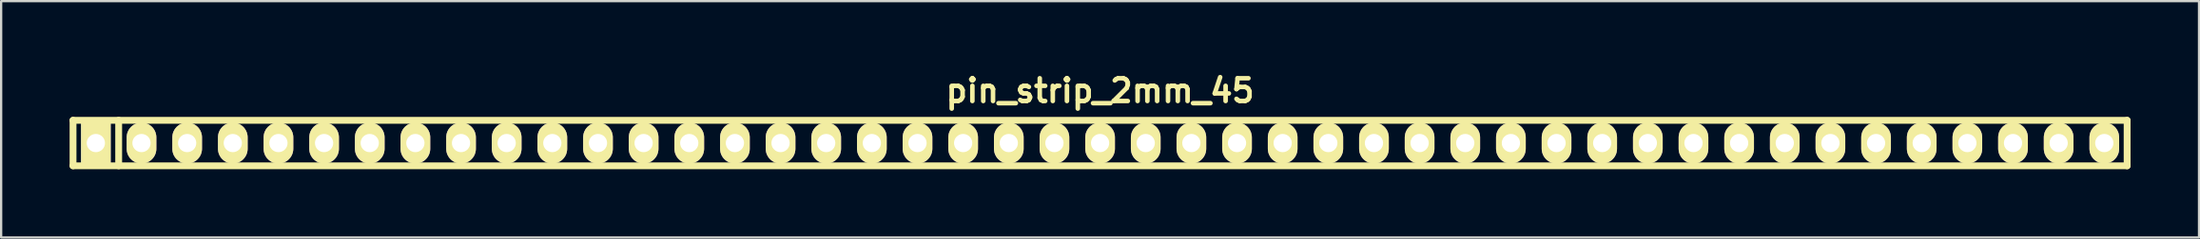
<source format=kicad_pcb>
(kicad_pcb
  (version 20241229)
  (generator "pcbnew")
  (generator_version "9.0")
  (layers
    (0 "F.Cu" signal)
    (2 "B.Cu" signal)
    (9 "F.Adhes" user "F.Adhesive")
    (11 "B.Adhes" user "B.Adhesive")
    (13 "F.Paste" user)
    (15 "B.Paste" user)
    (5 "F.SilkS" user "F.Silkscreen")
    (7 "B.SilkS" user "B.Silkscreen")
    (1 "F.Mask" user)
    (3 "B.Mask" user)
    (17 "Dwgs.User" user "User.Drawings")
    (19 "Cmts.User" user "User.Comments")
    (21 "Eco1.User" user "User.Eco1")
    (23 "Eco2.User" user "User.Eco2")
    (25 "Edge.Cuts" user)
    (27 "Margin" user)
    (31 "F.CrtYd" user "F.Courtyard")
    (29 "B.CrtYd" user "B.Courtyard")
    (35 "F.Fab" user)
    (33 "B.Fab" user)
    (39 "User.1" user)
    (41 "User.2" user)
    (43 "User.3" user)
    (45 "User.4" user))
  (footprint "pin_strip_2mm_45"
    (layer "F.Cu")
    (at 45.15 3.236)
    (property "Reference" "pin_strip_2mm_45" (at 0 -2.3 0) (layer "F.SilkS") (effects (font (size 1 1) (thickness 0.2))))
    (attr through_hole)
    (fp_line (start -45 -1) (end 45 -1) (stroke (width 0.3) (type solid)) (layer "F.SilkS"))
    (fp_line (start -45 1) (end -45 -1) (stroke (width 0.3) (type solid)) (layer "F.SilkS"))
    (fp_line (start -43 -1) (end -43 1) (stroke (width 0.3) (type solid)) (layer "F.SilkS"))
    (fp_line (start 45 -1) (end 45 1) (stroke (width 0.3) (type solid)) (layer "F.SilkS"))
    (fp_line (start 45 1) (end -45 1) (stroke (width 0.3) (type solid)) (layer "F.SilkS"))
    (pad "1" thru_hole rect (at -44 0) (size 1.3 1.8) (drill 0.8) (layers "*.Cu" "*.Mask" "F.SilkS"))
    (pad "2" thru_hole oval (at -42 0) (size 1.3 1.8) (drill 0.8) (layers "*.Cu" "*.Mask" "F.SilkS"))
    (pad "3" thru_hole oval (at -40 0) (size 1.3 1.8) (drill 0.8) (layers "*.Cu" "*.Mask" "F.SilkS"))
    (pad "4" thru_hole oval (at -38 0) (size 1.3 1.8) (drill 0.8) (layers "*.Cu" "*.Mask" "F.SilkS"))
    (pad "5" thru_hole oval (at -36 0) (size 1.3 1.8) (drill 0.8) (layers "*.Cu" "*.Mask" "F.SilkS"))
    (pad "6" thru_hole oval (at -34 0) (size 1.3 1.8) (drill 0.8) (layers "*.Cu" "*.Mask" "F.SilkS"))
    (pad "7" thru_hole oval (at -32 0) (size 1.3 1.8) (drill 0.8) (layers "*.Cu" "*.Mask" "F.SilkS"))
    (pad "8" thru_hole oval (at -30 0) (size 1.3 1.8) (drill 0.8) (layers "*.Cu" "*.Mask" "F.SilkS"))
    (pad "9" thru_hole oval (at -28 0) (size 1.3 1.8) (drill 0.8) (layers "*.Cu" "*.Mask" "F.SilkS"))
    (pad "10" thru_hole oval (at -26 0) (size 1.3 1.8) (drill 0.8) (layers "*.Cu" "*.Mask" "F.SilkS"))
    (pad "11" thru_hole oval (at -24 0) (size 1.3 1.8) (drill 0.8) (layers "*.Cu" "*.Mask" "F.SilkS"))
    (pad "12" thru_hole oval (at -22 0) (size 1.3 1.8) (drill 0.8) (layers "*.Cu" "*.Mask" "F.SilkS"))
    (pad "13" thru_hole oval (at -20 0) (size 1.3 1.8) (drill 0.8) (layers "*.Cu" "*.Mask" "F.SilkS"))
    (pad "14" thru_hole oval (at -18 0) (size 1.3 1.8) (drill 0.8) (layers "*.Cu" "*.Mask" "F.SilkS"))
    (pad "15" thru_hole oval (at -16 0) (size 1.3 1.8) (drill 0.8) (layers "*.Cu" "*.Mask" "F.SilkS"))
    (pad "16" thru_hole oval (at -14 0) (size 1.3 1.8) (drill 0.8) (layers "*.Cu" "*.Mask" "F.SilkS"))
    (pad "17" thru_hole oval (at -12 0) (size 1.3 1.8) (drill 0.8) (layers "*.Cu" "*.Mask" "F.SilkS"))
    (pad "18" thru_hole oval (at -10 0) (size 1.3 1.8) (drill 0.8) (layers "*.Cu" "*.Mask" "F.SilkS"))
    (pad "19" thru_hole oval (at -8 0) (size 1.3 1.8) (drill 0.8) (layers "*.Cu" "*.Mask" "F.SilkS"))
    (pad "20" thru_hole oval (at -6 0) (size 1.3 1.8) (drill 0.8) (layers "*.Cu" "*.Mask" "F.SilkS"))
    (pad "21" thru_hole oval (at -4 0) (size 1.3 1.8) (drill 0.8) (layers "*.Cu" "*.Mask" "F.SilkS"))
    (pad "22" thru_hole oval (at -2 0) (size 1.3 1.8) (drill 0.8) (layers "*.Cu" "*.Mask" "F.SilkS"))
    (pad "23" thru_hole oval (at 0 0) (size 1.3 1.8) (drill 0.8) (layers "*.Cu" "*.Mask" "F.SilkS"))
    (pad "24" thru_hole oval (at 2 0) (size 1.3 1.8) (drill 0.8) (layers "*.Cu" "*.Mask" "F.SilkS"))
    (pad "25" thru_hole oval (at 4 0) (size 1.3 1.8) (drill 0.8) (layers "*.Cu" "*.Mask" "F.SilkS"))
    (pad "26" thru_hole oval (at 6 0) (size 1.3 1.8) (drill 0.8) (layers "*.Cu" "*.Mask" "F.SilkS"))
    (pad "27" thru_hole oval (at 8 0) (size 1.3 1.8) (drill 0.8) (layers "*.Cu" "*.Mask" "F.SilkS"))
    (pad "28" thru_hole oval (at 10 0) (size 1.3 1.8) (drill 0.8) (layers "*.Cu" "*.Mask" "F.SilkS"))
    (pad "29" thru_hole oval (at 12 0) (size 1.3 1.8) (drill 0.8) (layers "*.Cu" "*.Mask" "F.SilkS"))
    (pad "30" thru_hole oval (at 14 0) (size 1.3 1.8) (drill 0.8) (layers "*.Cu" "*.Mask" "F.SilkS"))
    (pad "31" thru_hole oval (at 16 0) (size 1.3 1.8) (drill 0.8) (layers "*.Cu" "*.Mask" "F.SilkS"))
    (pad "32" thru_hole oval (at 18 0) (size 1.3 1.8) (drill 0.8) (layers "*.Cu" "*.Mask" "F.SilkS"))
    (pad "33" thru_hole oval (at 20 0) (size 1.3 1.8) (drill 0.8) (layers "*.Cu" "*.Mask" "F.SilkS"))
    (pad "34" thru_hole oval (at 22 0) (size 1.3 1.8) (drill 0.8) (layers "*.Cu" "*.Mask" "F.SilkS"))
    (pad "35" thru_hole oval (at 24 0) (size 1.3 1.8) (drill 0.8) (layers "*.Cu" "*.Mask" "F.SilkS"))
    (pad "36" thru_hole oval (at 26 0) (size 1.3 1.8) (drill 0.8) (layers "*.Cu" "*.Mask" "F.SilkS"))
    (pad "37" thru_hole oval (at 28 0) (size 1.3 1.8) (drill 0.8) (layers "*.Cu" "*.Mask" "F.SilkS"))
    (pad "38" thru_hole oval (at 30 0) (size 1.3 1.8) (drill 0.8) (layers "*.Cu" "*.Mask" "F.SilkS"))
    (pad "39" thru_hole oval (at 32 0) (size 1.3 1.8) (drill 0.8) (layers "*.Cu" "*.Mask" "F.SilkS"))
    (pad "40" thru_hole oval (at 34 0) (size 1.3 1.8) (drill 0.8) (layers "*.Cu" "*.Mask" "F.SilkS"))
    (pad "41" thru_hole oval (at 36 0) (size 1.3 1.8) (drill 0.8) (layers "*.Cu" "*.Mask" "F.SilkS"))
    (pad "42" thru_hole oval (at 38 0) (size 1.3 1.8) (drill 0.8) (layers "*.Cu" "*.Mask" "F.SilkS"))
    (pad "43" thru_hole oval (at 40 0) (size 1.3 1.8) (drill 0.8) (layers "*.Cu" "*.Mask" "F.SilkS"))
    (pad "44" thru_hole oval (at 42 0) (size 1.3 1.8) (drill 0.8) (layers "*.Cu" "*.Mask" "F.SilkS"))
    (pad "45" thru_hole oval (at 44 0) (size 1.3 1.8) (drill 0.8) (layers "*.Cu" "*.Mask" "F.SilkS")))
  (gr_rect
    (start -3 -3)
    (end 93.3 7.386)
    (stroke (width 0.1) (type default))
    (fill no)
    (layer "Edge.Cuts")))
</source>
